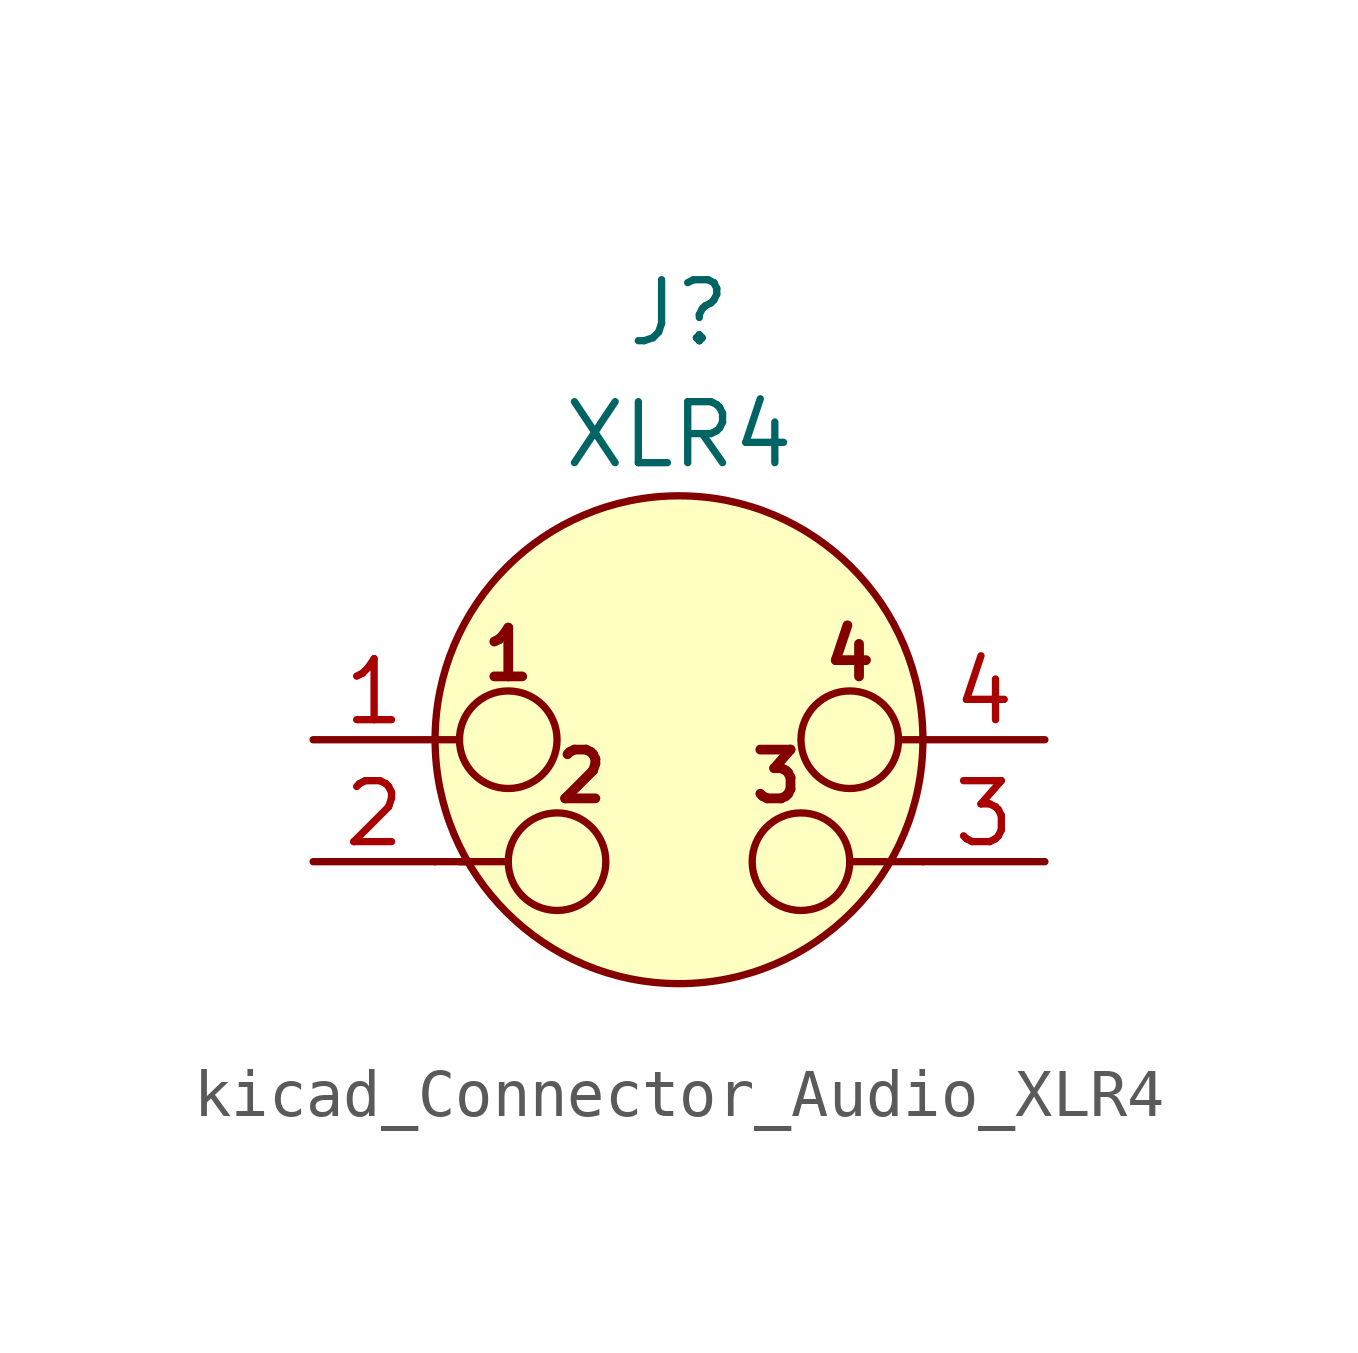
<source format=kicad_sym>
(kicad_symbol_lib
  (version 20220914)
  (generator kicad_symbol_editor)
  (symbol "kicad_Connector_Audio_XLR4"
    (pin_names hide)
    (property "Reference" "J"
      (at 0 8.89 0)
      (effects (font (size 1.27 1.27))))
    (property "Value" "XLR4"
      (at 0 6.35 0)
      (effects (font (size 1.27 1.27))))
    (symbol "kicad_Connector_Audio_XLR4_0_1"
      (circle (center -3.556 0) (radius 1.016) (stroke (width 0) (type default)) (fill (type none)))
      (circle (center -2.54 -2.54) (radius 1.016) (stroke (width 0) (type default)) (fill (type none)))
      (polyline (pts (xy -5.08 -2.54) (xy -4.445 -2.54)) (stroke (width 0) (type default)) (fill (type none)))
      (polyline (pts (xy -5.08 0) (xy -4.572 0)) (stroke (width 0) (type default)) (fill (type none)))
      (polyline (pts (xy -4.572 -2.54) (xy -3.556 -2.54)) (stroke (width 0) (type default)) (fill (type none)))
      (polyline (pts (xy 4.318 -2.54) (xy 3.556 -2.54)) (stroke (width 0) (type default)) (fill (type none)))
      (polyline (pts (xy 5.08 -2.54) (xy 4.445 -2.54)) (stroke (width 0) (type default)) (fill (type none)))
      (polyline (pts (xy 5.08 0) (xy 4.572 0)) (stroke (width 0) (type default)) (fill (type none)))
      (circle (center 0 0) (radius 5.08) (stroke (width 0) (type default)) (fill (type background)))
      (circle (center 2.54 -2.54) (radius 1.016) (stroke (width 0) (type default)) (fill (type none)))
      (circle (center 3.556 0) (radius 1.016) (stroke (width 0) (type default)) (fill (type none)))
      (text "1" (at -3.556 1.778 0) (effects (font (size 1.016 1.016) bold)))
      (text "2" (at -2.032 -0.762 0) (effects (font (size 1.016 1.016) bold)))
      (text "3" (at 2.032 -0.762 0) (effects (font (size 1.016 1.016) bold)))
      (text "4" (at 3.556 1.778 0) (effects (font (size 1.016 1.016) bold))))
    (symbol "kicad_Connector_Audio_XLR4_1_1"
      (pin passive line (at -7.62 0 0) (length 2.54) (name "~" (effects (font (size 1.27 1.27)))) (number "1" (effects (font (size 1.27 1.27)))))
      (pin passive line (at -7.62 -2.54 0) (length 2.54) (name "~" (effects (font (size 1.27 1.27)))) (number "2" (effects (font (size 1.27 1.27)))))
      (pin passive line (at 7.62 -2.54 180) (length 2.54) (name "~" (effects (font (size 1.27 1.27)))) (number "3" (effects (font (size 1.27 1.27)))))
      (pin passive line (at 7.62 0 180) (length 2.54) (name "~" (effects (font (size 1.27 1.27)))) (number "4" (effects (font (size 1.27 1.27))))))))
</source>
